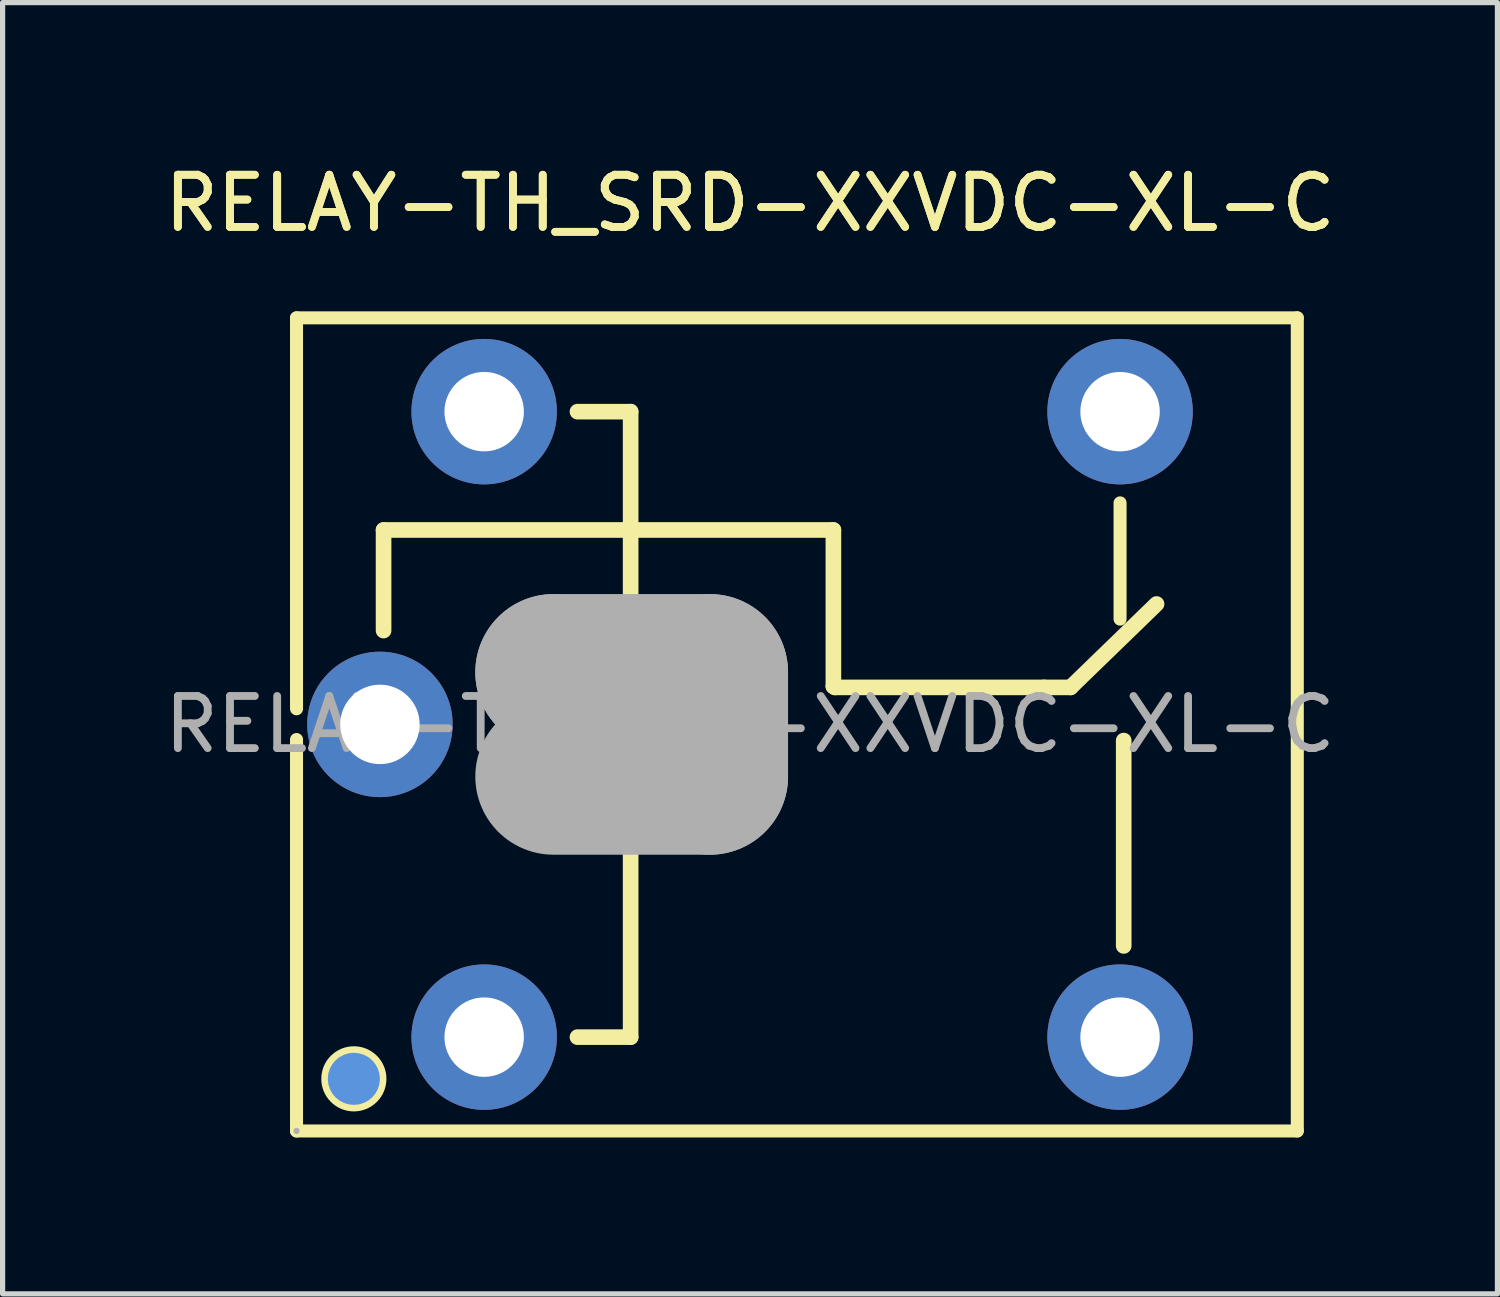
<source format=kicad_pcb>
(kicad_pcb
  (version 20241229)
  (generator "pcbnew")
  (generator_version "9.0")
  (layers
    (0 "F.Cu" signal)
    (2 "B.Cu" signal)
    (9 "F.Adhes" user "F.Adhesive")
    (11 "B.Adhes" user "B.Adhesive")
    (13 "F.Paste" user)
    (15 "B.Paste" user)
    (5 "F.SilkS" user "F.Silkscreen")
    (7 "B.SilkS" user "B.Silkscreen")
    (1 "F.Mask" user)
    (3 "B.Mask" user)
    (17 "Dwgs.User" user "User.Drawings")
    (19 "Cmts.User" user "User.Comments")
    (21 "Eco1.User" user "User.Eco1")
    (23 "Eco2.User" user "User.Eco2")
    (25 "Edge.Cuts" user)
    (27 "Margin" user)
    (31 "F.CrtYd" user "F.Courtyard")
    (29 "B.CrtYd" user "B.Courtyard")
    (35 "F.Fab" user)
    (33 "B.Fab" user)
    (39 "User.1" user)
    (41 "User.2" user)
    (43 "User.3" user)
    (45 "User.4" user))
  (footprint "RELAY-TH_SRD-XXVDC-XL-C"
    (layer "F.Cu")
    (at 11.339 10.848)
    (property "Reference" "RELAY-TH_SRD-XXVDC-XL-C" (at 0 -10 0) (layer "F.SilkS") (effects (font (size 1 1) (thickness 0.15))))
    (attr through_hole)
    (fp_line (start -8.7 -7.8) (end -8.7 -0.3) (stroke (width 0.25) (type solid)) (layer "F.SilkS"))
    (fp_line (start -8.7 0.29) (end -8.7 7.8) (stroke (width 0.25) (type solid)) (layer "F.SilkS"))
    (fp_line (start -7.03 -3.73) (end 1.6 -3.73) (stroke (width 0.3) (type solid)) (layer "F.SilkS"))
    (fp_line (start -7.03 -1.8) (end -7.03 -3.73) (stroke (width 0.3) (type solid)) (layer "F.SilkS"))
    (fp_line (start -2.29 -6) (end -3.31 -6) (stroke (width 0.3) (type solid)) (layer "F.SilkS"))
    (fp_line (start -2.29 -1.05) (end -2.29 -6) (stroke (width 0.3) (type solid)) (layer "F.SilkS"))
    (fp_line (start -2.29 6) (end -3.31 6) (stroke (width 0.3) (type solid)) (layer "F.SilkS"))
    (fp_line (start -2.29 6) (end -2.29 1.05) (stroke (width 0.3) (type solid)) (layer "F.SilkS"))
    (fp_line (start 1.6 -3.73) (end 1.6 -0.73) (stroke (width 0.3) (type solid)) (layer "F.SilkS"))
    (fp_line (start 1.6 -0.73) (end 1.63 -0.71) (stroke (width 0.3) (type solid)) (layer "F.SilkS"))
    (fp_line (start 1.63 -0.71) (end 5.64 -0.71) (stroke (width 0.3) (type solid)) (layer "F.SilkS"))
    (fp_line (start 5.64 -0.71) (end 6.15 -0.71) (stroke (width 0.3) (type solid)) (layer "F.SilkS"))
    (fp_line (start 6.15 -0.71) (end 7.8 -2.31) (stroke (width 0.3) (type solid)) (layer "F.SilkS"))
    (fp_line (start 7.1 -4.25) (end 7.1 -2.02) (stroke (width 0.25) (type solid)) (layer "F.SilkS"))
    (fp_line (start 7.17 4.25) (end 7.17 0.31) (stroke (width 0.3) (type solid)) (layer "F.SilkS"))
    (fp_line (start 10.5 -7.8) (end -8.7 -7.8) (stroke (width 0.25) (type solid)) (layer "F.SilkS"))
    (fp_line (start 10.5 7.8) (end -8.7 7.8) (stroke (width 0.25) (type solid)) (layer "F.SilkS"))
    (fp_line (start 10.5 7.8) (end 10.5 -7.8) (stroke (width 0.25) (type solid)) (layer "F.SilkS"))
    (fp_circle (center -7.6 6.8) (end -7.1 6.8) (stroke (width 0.25) (type solid)) (fill no) (layer "F.SilkS"))
    (fp_circle (center -7.6 6.8) (end -7.35 6.8) (stroke (width 0.5) (type solid)) (fill no) (layer "Cmts.User"))
    (fp_line (start -3.77 -1) (end -3.77 -1) (stroke (width 3) (type solid)) (layer "F.Fab"))
    (fp_line (start -3.77 -1) (end -0.77 -1) (stroke (width 3) (type solid)) (layer "F.Fab"))
    (fp_line (start -0.77 -1) (end -0.77 1) (stroke (width 3) (type solid)) (layer "F.Fab"))
    (fp_line (start -0.77 1) (end -3.77 1) (stroke (width 3) (type solid)) (layer "F.Fab"))
    (fp_circle (center -8.7 7.8) (end -8.67 7.8) (stroke (width 0.06) (type solid)) (fill no) (layer "F.Fab"))
    (fp_circle (center -5.1 -6) (end -4.95 -6) (stroke (width 0.3) (type solid)) (fill no) (layer "F.Fab"))
    (fp_circle (center -5.1 6) (end -4.95 6) (stroke (width 0.3) (type solid)) (fill no) (layer "F.Fab"))
    (fp_text user "${REFERENCE}" (at 0 -10 0) (layer "F.SilkS") (effects (font (size 1 1) (thickness 0.15))))
    (fp_text user "${REFERENCE}" (at 0 0 0) (layer "F.Fab") (effects (font (size 1 1) (thickness 0.15))))
    (pad "1" thru_hole circle (at -5.1 6 180) (size 2.79 2.79) (drill 1.524) (layers "*.Cu" "*.Mask"))
    (pad "2" thru_hole circle (at 7.1 6 180) (size 2.79 2.79) (drill 1.524) (layers "*.Cu" "*.Mask"))
    (pad "3" thru_hole circle (at 7.1 -6 180) (size 2.79 2.79) (drill 1.524) (layers "*.Cu" "*.Mask"))
    (pad "4" thru_hole circle (at -5.1 -6 180) (size 2.79 2.79) (drill 1.524) (layers "*.Cu" "*.Mask"))
    (pad "5" thru_hole circle (at -7.1 0 180) (size 2.79 2.79) (drill 1.524) (layers "*.Cu" "*.Mask")))
  (gr_rect
    (start -3 -3)
    (end 25.679 21.773)
    (stroke (width 0.1) (type default))
    (fill no)
    (layer "Edge.Cuts")))
</source>
